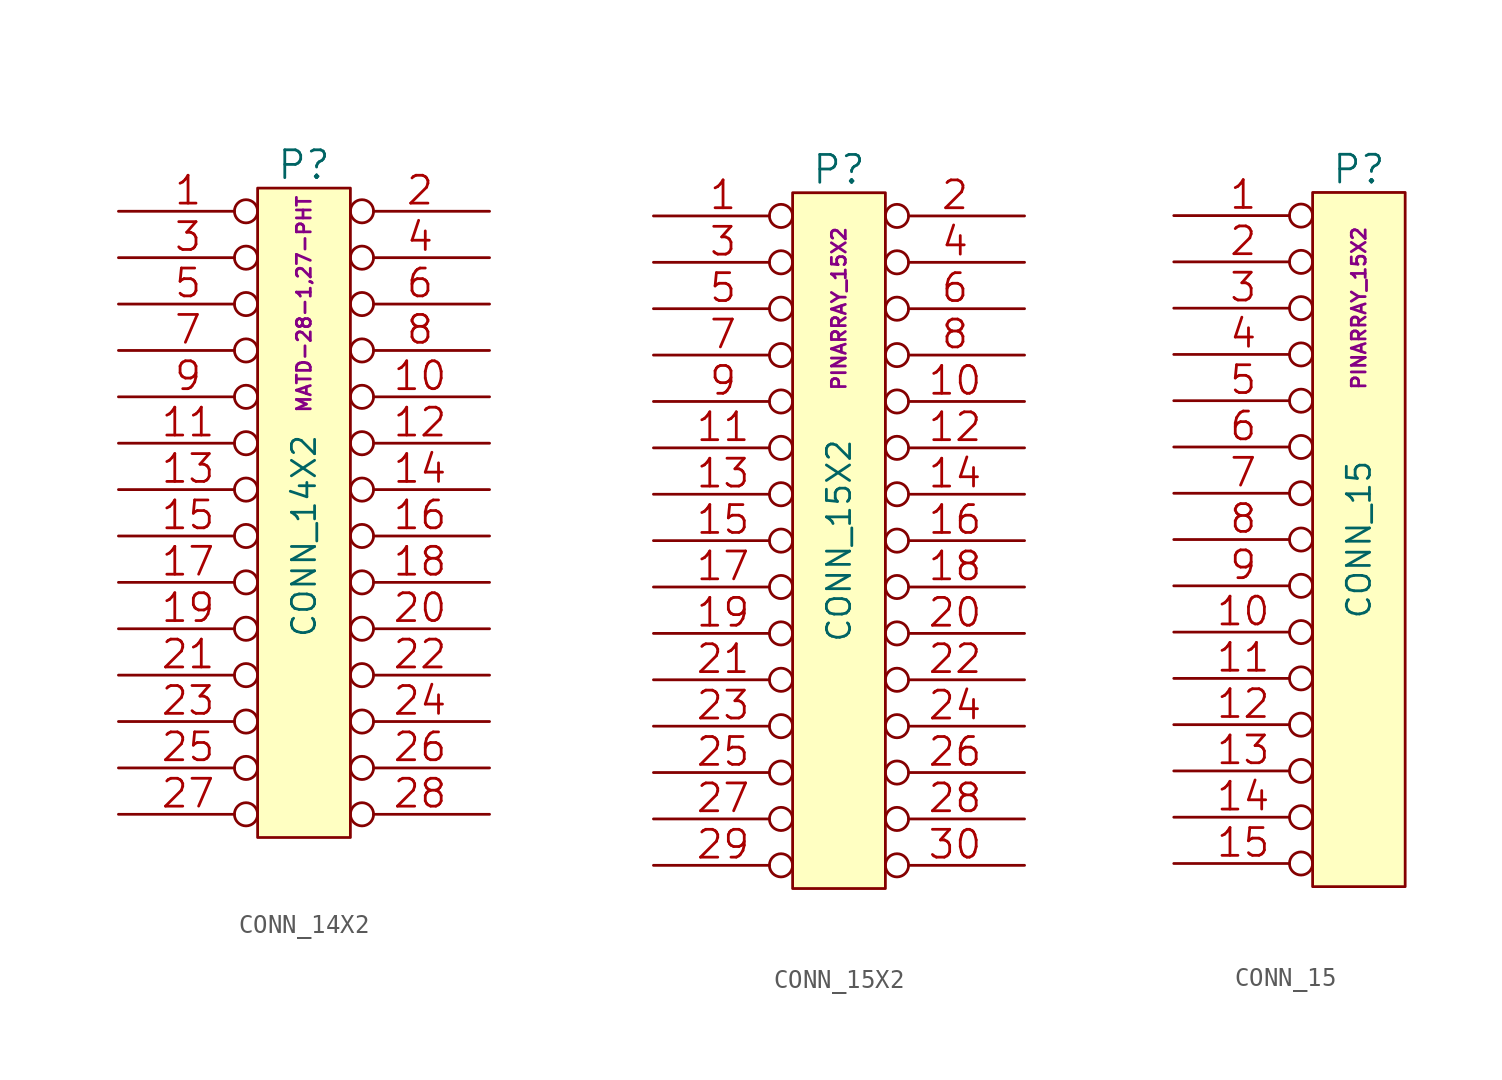
<source format=kicad_sym>
(kicad_symbol_lib
  (version 20220914)
  (generator kicad_symbol_editor)
  (symbol "CONN_14X2"
    (pin_names
      (offset 0.254) hide)
    (property "Reference" "P"
      (at 0 19.05 0)
      (effects (font (size 1.524 1.524))))
    (property "Value" "CONN_14X2"
      (at 0 -1.27 90)
      (effects (font (size 1.27 1.27))))
    (property "Footprint" "MATD-28-1,27-PHT"
      (at 0 11.43 90)
      (effects (font (size 0.762 0.762))))
    (property "Datasheet" ""
      (at 0 0 0)
      (effects (font (size 1.524 1.524))))
    (symbol "CONN_14X2_0_1"
      (rectangle (start -2.54 17.78) (end 2.54 -17.78) (stroke (width 0) (type default)) (fill (type background))))
    (symbol "CONN_14X2_1_1"
      (pin passive inverted (at -10.16 16.51 0) (length 7.62) (name "P1" (effects (font (size 0.762 0.762)))) (number "1" (effects (font (size 1.524 1.524)))))
      (pin passive inverted (at 10.16 6.35 180) (length 7.62) (name "P10" (effects (font (size 0.762 0.762)))) (number "10" (effects (font (size 1.524 1.524)))))
      (pin passive inverted (at -10.16 3.81 0) (length 7.62) (name "P11" (effects (font (size 0.762 0.762)))) (number "11" (effects (font (size 1.524 1.524)))))
      (pin passive inverted (at 10.16 3.81 180) (length 7.62) (name "P12" (effects (font (size 0.762 0.762)))) (number "12" (effects (font (size 1.524 1.524)))))
      (pin passive inverted (at -10.16 1.27 0) (length 7.62) (name "P13" (effects (font (size 0.762 0.762)))) (number "13" (effects (font (size 1.524 1.524)))))
      (pin passive inverted (at 10.16 1.27 180) (length 7.62) (name "P14" (effects (font (size 0.762 0.762)))) (number "14" (effects (font (size 1.524 1.524)))))
      (pin passive inverted (at -10.16 -1.27 0) (length 7.62) (name "P15" (effects (font (size 0.762 0.762)))) (number "15" (effects (font (size 1.524 1.524)))))
      (pin passive inverted (at 10.16 -1.27 180) (length 7.62) (name "P16" (effects (font (size 0.762 0.762)))) (number "16" (effects (font (size 1.524 1.524)))))
      (pin passive inverted (at -10.16 -3.81 0) (length 7.62) (name "P17" (effects (font (size 0.762 0.762)))) (number "17" (effects (font (size 1.524 1.524)))))
      (pin passive inverted (at 10.16 -3.81 180) (length 7.62) (name "P18" (effects (font (size 0.762 0.762)))) (number "18" (effects (font (size 1.524 1.524)))))
      (pin passive inverted (at -10.16 -6.35 0) (length 7.62) (name "P19" (effects (font (size 0.762 0.762)))) (number "19" (effects (font (size 1.524 1.524)))))
      (pin passive inverted (at 10.16 16.51 180) (length 7.62) (name "P2" (effects (font (size 0.762 0.762)))) (number "2" (effects (font (size 1.524 1.524)))))
      (pin passive inverted (at 10.16 -6.35 180) (length 7.62) (name "P20" (effects (font (size 0.762 0.762)))) (number "20" (effects (font (size 1.524 1.524)))))
      (pin passive inverted (at -10.16 -8.89 0) (length 7.62) (name "P21" (effects (font (size 0.762 0.762)))) (number "21" (effects (font (size 1.524 1.524)))))
      (pin passive inverted (at 10.16 -8.89 180) (length 7.62) (name "P22" (effects (font (size 0.762 0.762)))) (number "22" (effects (font (size 1.524 1.524)))))
      (pin passive inverted (at -10.16 -11.43 0) (length 7.62) (name "P23" (effects (font (size 0.762 0.762)))) (number "23" (effects (font (size 1.524 1.524)))))
      (pin passive inverted (at 10.16 -11.43 180) (length 7.62) (name "P24" (effects (font (size 0.762 0.762)))) (number "24" (effects (font (size 1.524 1.524)))))
      (pin passive inverted (at -10.16 -13.97 0) (length 7.62) (name "~" (effects (font (size 0.762 0.762)))) (number "25" (effects (font (size 1.524 1.524)))))
      (pin passive inverted (at 10.16 -13.97 180) (length 7.62) (name "P26" (effects (font (size 0.762 0.762)))) (number "26" (effects (font (size 1.524 1.524)))))
      (pin passive inverted (at -10.16 -16.51 0) (length 7.62) (name "P27" (effects (font (size 0.762 0.762)))) (number "27" (effects (font (size 1.524 1.524)))))
      (pin passive inverted (at 10.16 -16.51 180) (length 7.62) (name "P28" (effects (font (size 0.762 0.762)))) (number "28" (effects (font (size 1.524 1.524)))))
      (pin passive inverted (at -10.16 13.97 0) (length 7.62) (name "P3" (effects (font (size 0.762 0.762)))) (number "3" (effects (font (size 1.524 1.524)))))
      (pin passive inverted (at 10.16 13.97 180) (length 7.62) (name "P4" (effects (font (size 0.762 0.762)))) (number "4" (effects (font (size 1.524 1.524)))))
      (pin passive inverted (at -10.16 11.43 0) (length 7.62) (name "P5" (effects (font (size 0.762 0.762)))) (number "5" (effects (font (size 1.524 1.524)))))
      (pin passive inverted (at 10.16 11.43 180) (length 7.62) (name "P6" (effects (font (size 0.762 0.762)))) (number "6" (effects (font (size 1.524 1.524)))))
      (pin passive inverted (at -10.16 8.89 0) (length 7.62) (name "P7" (effects (font (size 0.762 0.762)))) (number "7" (effects (font (size 1.524 1.524)))))
      (pin passive inverted (at 10.16 8.89 180) (length 7.62) (name "P8" (effects (font (size 0.762 0.762)))) (number "8" (effects (font (size 1.524 1.524)))))
      (pin passive inverted (at -10.16 6.35 0) (length 7.62) (name "P9" (effects (font (size 0.762 0.762)))) (number "9" (effects (font (size 1.524 1.524)))))))
  (symbol "CONN_15X2"
    (pin_names
      (offset 0.254) hide)
    (property "Reference" "P"
      (at 0 20.32 0)
      (effects (font (size 1.524 1.524))))
    (property "Value" "CONN_15X2"
      (at 0 0 90)
      (effects (font (size 1.27 1.27))))
    (property "Footprint" "PINARRAY_15X2"
      (at 0 12.7 90)
      (effects (font (size 0.762 0.762))))
    (property "Datasheet" ""
      (at 0 0 0)
      (effects (font (size 1.524 1.524))))
    (symbol "CONN_15X2_0_1"
      (rectangle (start -2.54 19.05) (end 2.54 -19.05) (stroke (width 0) (type default)) (fill (type background))))
    (symbol "CONN_15X2_1_1"
      (pin passive inverted (at -10.16 17.78 0) (length 7.62) (name "P1" (effects (font (size 0.762 0.762)))) (number "1" (effects (font (size 1.524 1.524)))))
      (pin passive inverted (at 10.16 7.62 180) (length 7.62) (name "P10" (effects (font (size 0.762 0.762)))) (number "10" (effects (font (size 1.524 1.524)))))
      (pin passive inverted (at -10.16 5.08 0) (length 7.62) (name "P11" (effects (font (size 0.762 0.762)))) (number "11" (effects (font (size 1.524 1.524)))))
      (pin passive inverted (at 10.16 5.08 180) (length 7.62) (name "P12" (effects (font (size 0.762 0.762)))) (number "12" (effects (font (size 1.524 1.524)))))
      (pin passive inverted (at -10.16 2.54 0) (length 7.62) (name "P13" (effects (font (size 0.762 0.762)))) (number "13" (effects (font (size 1.524 1.524)))))
      (pin passive inverted (at 10.16 2.54 180) (length 7.62) (name "P14" (effects (font (size 0.762 0.762)))) (number "14" (effects (font (size 1.524 1.524)))))
      (pin passive inverted (at -10.16 0 0) (length 7.62) (name "P15" (effects (font (size 0.762 0.762)))) (number "15" (effects (font (size 1.524 1.524)))))
      (pin passive inverted (at 10.16 0 180) (length 7.62) (name "P16" (effects (font (size 0.762 0.762)))) (number "16" (effects (font (size 1.524 1.524)))))
      (pin passive inverted (at -10.16 -2.54 0) (length 7.62) (name "P17" (effects (font (size 0.762 0.762)))) (number "17" (effects (font (size 1.524 1.524)))))
      (pin passive inverted (at 10.16 -2.54 180) (length 7.62) (name "P18" (effects (font (size 0.762 0.762)))) (number "18" (effects (font (size 1.524 1.524)))))
      (pin passive inverted (at -10.16 -5.08 0) (length 7.62) (name "P19" (effects (font (size 0.762 0.762)))) (number "19" (effects (font (size 1.524 1.524)))))
      (pin passive inverted (at 10.16 17.78 180) (length 7.62) (name "P2" (effects (font (size 0.762 0.762)))) (number "2" (effects (font (size 1.524 1.524)))))
      (pin passive inverted (at 10.16 -5.08 180) (length 7.62) (name "P20" (effects (font (size 0.762 0.762)))) (number "20" (effects (font (size 1.524 1.524)))))
      (pin passive inverted (at -10.16 -7.62 0) (length 7.62) (name "P21" (effects (font (size 0.762 0.762)))) (number "21" (effects (font (size 1.524 1.524)))))
      (pin passive inverted (at 10.16 -7.62 180) (length 7.62) (name "P22" (effects (font (size 0.762 0.762)))) (number "22" (effects (font (size 1.524 1.524)))))
      (pin passive inverted (at -10.16 -10.16 0) (length 7.62) (name "P23" (effects (font (size 0.762 0.762)))) (number "23" (effects (font (size 1.524 1.524)))))
      (pin passive inverted (at 10.16 -10.16 180) (length 7.62) (name "P24" (effects (font (size 0.762 0.762)))) (number "24" (effects (font (size 1.524 1.524)))))
      (pin passive inverted (at -10.16 -12.7 0) (length 7.62) (name "~" (effects (font (size 0.762 0.762)))) (number "25" (effects (font (size 1.524 1.524)))))
      (pin passive inverted (at 10.16 -12.7 180) (length 7.62) (name "P26" (effects (font (size 0.762 0.762)))) (number "26" (effects (font (size 1.524 1.524)))))
      (pin passive inverted (at -10.16 -15.24 0) (length 7.62) (name "P27" (effects (font (size 0.762 0.762)))) (number "27" (effects (font (size 1.524 1.524)))))
      (pin passive inverted (at 10.16 -15.24 180) (length 7.62) (name "P28" (effects (font (size 0.762 0.762)))) (number "28" (effects (font (size 1.524 1.524)))))
      (pin passive inverted (at -10.16 -17.78 0) (length 7.62) (name "P29" (effects (font (size 0.762 0.762)))) (number "29" (effects (font (size 1.524 1.524)))))
      (pin passive inverted (at -10.16 15.24 0) (length 7.62) (name "P3" (effects (font (size 0.762 0.762)))) (number "3" (effects (font (size 1.524 1.524)))))
      (pin passive inverted (at 10.16 -17.78 180) (length 7.62) (name "P30" (effects (font (size 0.762 0.762)))) (number "30" (effects (font (size 1.524 1.524)))))
      (pin passive inverted (at 10.16 15.24 180) (length 7.62) (name "P4" (effects (font (size 0.762 0.762)))) (number "4" (effects (font (size 1.524 1.524)))))
      (pin passive inverted (at -10.16 12.7 0) (length 7.62) (name "P5" (effects (font (size 0.762 0.762)))) (number "5" (effects (font (size 1.524 1.524)))))
      (pin passive inverted (at 10.16 12.7 180) (length 7.62) (name "P6" (effects (font (size 0.762 0.762)))) (number "6" (effects (font (size 1.524 1.524)))))
      (pin passive inverted (at -10.16 10.16 0) (length 7.62) (name "P7" (effects (font (size 0.762 0.762)))) (number "7" (effects (font (size 1.524 1.524)))))
      (pin passive inverted (at 10.16 10.16 180) (length 7.62) (name "P8" (effects (font (size 0.762 0.762)))) (number "8" (effects (font (size 1.524 1.524)))))
      (pin passive inverted (at -10.16 7.62 0) (length 7.62) (name "P9" (effects (font (size 0.762 0.762)))) (number "9" (effects (font (size 1.524 1.524)))))))
  (symbol "CONN_15"
    (pin_names
      (offset 0.254) hide)
    (property "Reference" "P"
      (at 0 20.32 0)
      (effects (font (size 1.524 1.524))))
    (property "Value" "CONN_15"
      (at 0 0 90)
      (effects (font (size 1.27 1.27))))
    (property "Footprint" "PINARRAY_15X2"
      (at 0 12.7 90)
      (effects (font (size 0.762 0.762))))
    (property "Datasheet" ""
      (at 0 0 0)
      (effects (font (size 1.524 1.524))))
    (symbol "CONN_15_0_1"
      (rectangle (start -2.54 19.05) (end 2.54 -19.05) (stroke (width 0) (type default)) (fill (type background))))
    (symbol "CONN_15_1_1"
      (pin passive inverted (at -10.16 17.78 0) (length 7.62) (name "P1" (effects (font (size 0.762 0.762)))) (number "1" (effects (font (size 1.524 1.524)))))
      (pin passive inverted (at -10.16 -5.08 0) (length 7.62) (name "P10" (effects (font (size 0.762 0.762)))) (number "10" (effects (font (size 1.524 1.524)))))
      (pin passive inverted (at -10.16 -7.62 0) (length 7.62) (name "P11" (effects (font (size 0.762 0.762)))) (number "11" (effects (font (size 1.524 1.524)))))
      (pin passive inverted (at -10.16 -10.16 0) (length 7.62) (name "P12" (effects (font (size 0.762 0.762)))) (number "12" (effects (font (size 1.524 1.524)))))
      (pin passive inverted (at -10.16 -12.7 0) (length 7.62) (name "P13" (effects (font (size 0.762 0.762)))) (number "13" (effects (font (size 1.524 1.524)))))
      (pin passive inverted (at -10.16 -15.24 0) (length 7.62) (name "P14" (effects (font (size 0.762 0.762)))) (number "14" (effects (font (size 1.524 1.524)))))
      (pin passive inverted (at -10.16 -17.78 0) (length 7.62) (name "P15" (effects (font (size 0.762 0.762)))) (number "15" (effects (font (size 1.524 1.524)))))
      (pin passive inverted (at -10.16 15.24 0) (length 7.62) (name "P2" (effects (font (size 0.762 0.762)))) (number "2" (effects (font (size 1.524 1.524)))))
      (pin passive inverted (at -10.16 12.7 0) (length 7.62) (name "P3" (effects (font (size 0.762 0.762)))) (number "3" (effects (font (size 1.524 1.524)))))
      (pin passive inverted (at -10.16 10.16 0) (length 7.62) (name "P4" (effects (font (size 0.762 0.762)))) (number "4" (effects (font (size 1.524 1.524)))))
      (pin passive inverted (at -10.16 7.62 0) (length 7.62) (name "P5" (effects (font (size 0.762 0.762)))) (number "5" (effects (font (size 1.524 1.524)))))
      (pin passive inverted (at -10.16 5.08 0) (length 7.62) (name "P6" (effects (font (size 0.762 0.762)))) (number "6" (effects (font (size 1.524 1.524)))))
      (pin passive inverted (at -10.16 2.54 0) (length 7.62) (name "P7" (effects (font (size 0.762 0.762)))) (number "7" (effects (font (size 1.524 1.524)))))
      (pin passive inverted (at -10.16 0 0) (length 7.62) (name "P8" (effects (font (size 0.762 0.762)))) (number "8" (effects (font (size 1.524 1.524)))))
      (pin passive inverted (at -10.16 -2.54 0) (length 7.62) (name "P9" (effects (font (size 0.762 0.762)))) (number "9" (effects (font (size 1.524 1.524))))))))
</source>
